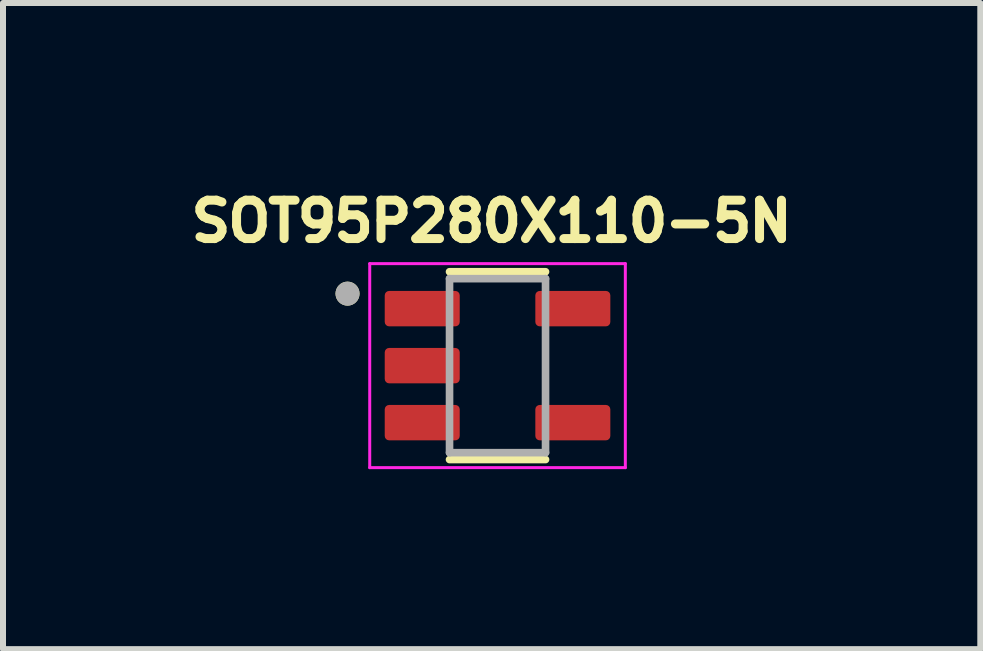
<source format=kicad_pcb>
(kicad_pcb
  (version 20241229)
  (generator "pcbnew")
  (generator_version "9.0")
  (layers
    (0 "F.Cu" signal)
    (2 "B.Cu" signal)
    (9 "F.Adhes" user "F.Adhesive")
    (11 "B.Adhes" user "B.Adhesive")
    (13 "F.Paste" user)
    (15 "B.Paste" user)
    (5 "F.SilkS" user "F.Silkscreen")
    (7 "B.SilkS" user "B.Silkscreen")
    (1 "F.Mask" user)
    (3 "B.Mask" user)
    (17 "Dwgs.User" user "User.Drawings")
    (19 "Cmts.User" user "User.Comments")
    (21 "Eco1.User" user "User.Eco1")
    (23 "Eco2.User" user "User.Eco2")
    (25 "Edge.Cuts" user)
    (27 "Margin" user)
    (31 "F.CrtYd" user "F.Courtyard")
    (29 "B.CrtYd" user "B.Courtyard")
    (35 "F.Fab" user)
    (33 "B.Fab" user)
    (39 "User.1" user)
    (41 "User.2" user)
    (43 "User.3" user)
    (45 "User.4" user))
  (footprint "SOT95P280X110-5N"
    (layer "F.Cu")
    (at 5.242 3.044)
    (property "Reference" "SOT95P280X110-5N" (at -0.098 -2.406 0) (layer "F.SilkS") (effects (font (size 0.64 0.64) (thickness 0.15))))
    (attr smd)
    (fp_line (start -0.8 -1.565) (end 0.8 -1.565) (stroke (width 0.127) (type solid)) (layer "F.SilkS"))
    (fp_line (start -0.8 1.565) (end 0.8 1.565) (stroke (width 0.127) (type solid)) (layer "F.SilkS"))
    (fp_circle (center -2.5 -1.2) (end -2.4 -1.2) (stroke (width 0.2) (type solid)) (fill no) (layer "F.SilkS"))
    (fp_line (start -2.13 -1.7) (end 2.13 -1.7) (stroke (width 0.05) (type solid)) (layer "F.CrtYd"))
    (fp_line (start -2.13 1.7) (end -2.13 -1.7) (stroke (width 0.05) (type solid)) (layer "F.CrtYd"))
    (fp_line (start 2.13 -1.7) (end 2.13 1.7) (stroke (width 0.05) (type solid)) (layer "F.CrtYd"))
    (fp_line (start 2.13 1.7) (end -2.13 1.7) (stroke (width 0.05) (type solid)) (layer "F.CrtYd"))
    (fp_line (start -0.8 -1.45) (end 0.8 -1.45) (stroke (width 0.127) (type solid)) (layer "F.Fab"))
    (fp_line (start -0.8 1.45) (end -0.8 -1.45) (stroke (width 0.127) (type solid)) (layer "F.Fab"))
    (fp_line (start 0.8 -1.45) (end 0.8 1.45) (stroke (width 0.127) (type solid)) (layer "F.Fab"))
    (fp_line (start 0.8 1.45) (end -0.8 1.45) (stroke (width 0.127) (type solid)) (layer "F.Fab"))
    (fp_circle (center -2.5 -1.2) (end -2.4 -1.2) (stroke (width 0.2) (type solid)) (fill no) (layer "F.Fab"))
    (pad "1" smd roundrect (at -1.255 -0.95) (size 1.25 0.59) (layers "F.Cu" "F.Mask" "F.Paste") (roundrect_rratio 0.125))
    (pad "2" smd roundrect (at -1.255 0) (size 1.25 0.59) (layers "F.Cu" "F.Mask" "F.Paste") (roundrect_rratio 0.125))
    (pad "3" smd roundrect (at -1.255 0.95) (size 1.25 0.59) (layers "F.Cu" "F.Mask" "F.Paste") (roundrect_rratio 0.125))
    (pad "4" smd roundrect (at 1.255 0.95) (size 1.25 0.59) (layers "F.Cu" "F.Mask" "F.Paste") (roundrect_rratio 0.125))
    (pad "5" smd roundrect (at 1.255 -0.95) (size 1.25 0.59) (layers "F.Cu" "F.Mask" "F.Paste") (roundrect_rratio 0.125)))
  (gr_rect
    (start -3 -3)
    (end 13.288 7.769)
    (stroke (width 0.1) (type default))
    (fill no)
    (layer "Edge.Cuts")))
</source>
